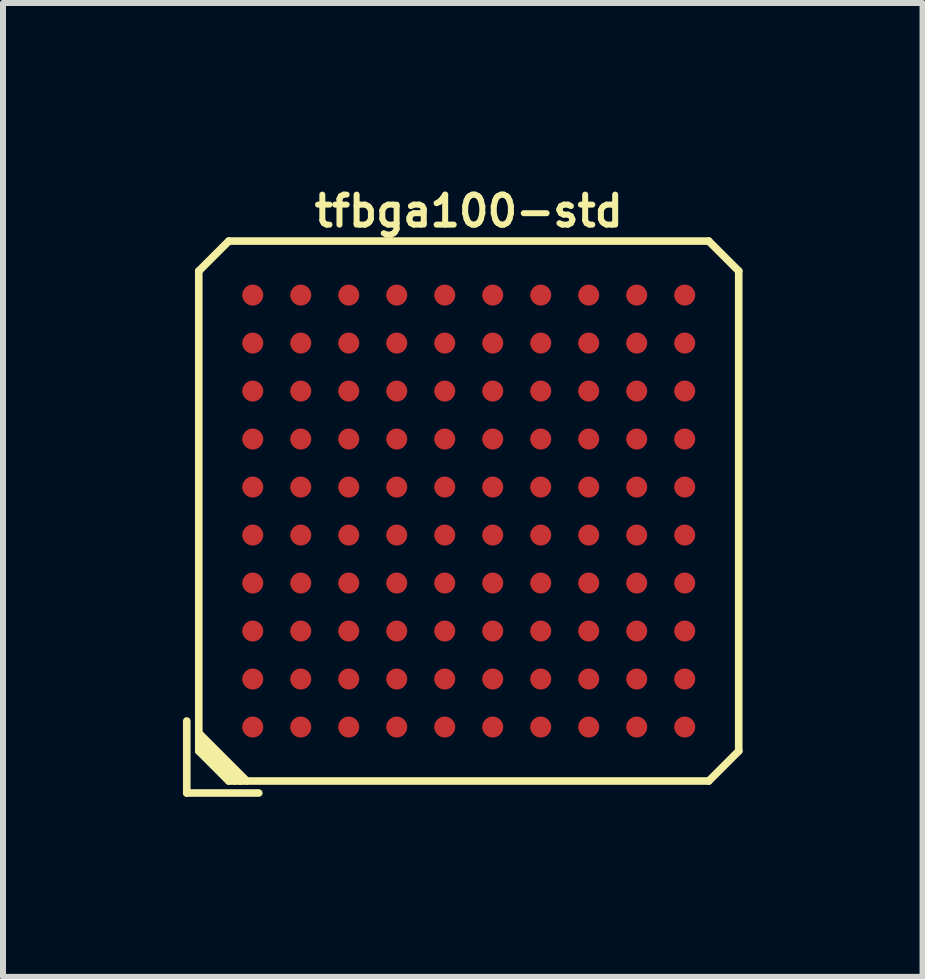
<source format=kicad_pcb>
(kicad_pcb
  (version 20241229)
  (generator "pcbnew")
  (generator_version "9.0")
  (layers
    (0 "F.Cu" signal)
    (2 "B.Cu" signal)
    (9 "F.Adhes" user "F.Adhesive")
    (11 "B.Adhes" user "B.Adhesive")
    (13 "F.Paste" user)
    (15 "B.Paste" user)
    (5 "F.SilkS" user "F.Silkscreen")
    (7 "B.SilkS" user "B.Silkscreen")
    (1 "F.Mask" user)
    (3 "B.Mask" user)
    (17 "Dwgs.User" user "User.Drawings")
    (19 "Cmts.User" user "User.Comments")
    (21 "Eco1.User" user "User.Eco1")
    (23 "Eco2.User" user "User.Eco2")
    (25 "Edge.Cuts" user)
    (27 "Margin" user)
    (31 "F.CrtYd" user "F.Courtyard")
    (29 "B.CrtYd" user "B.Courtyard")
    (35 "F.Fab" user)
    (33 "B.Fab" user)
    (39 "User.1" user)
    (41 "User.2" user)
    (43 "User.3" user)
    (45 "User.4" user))
  (footprint "tfbga100-std"
    (layer "F.Cu")
    (at 4.763 5.468)
    (property "Reference" "tfbga100-std" (at 0 -5 0) (layer "F.SilkS") (effects (font (size 0.5 0.5) (thickness 0.1))))
    (attr through_hole)
    (fp_line (start -4.7 3.5) (end -4.7 4.7) (stroke (width 0.127) (type solid)) (layer "F.SilkS"))
    (fp_line (start -4.7 4.7) (end -3.5 4.7) (stroke (width 0.127) (type solid)) (layer "F.SilkS"))
    (fp_line (start -4.5 -4) (end -4 -4.5) (stroke (width 0.127) (type solid)) (layer "F.SilkS"))
    (fp_line (start -4.5 3.7) (end -3.7 4.5) (stroke (width 0.127) (type solid)) (layer "F.SilkS"))
    (fp_line (start -4.5 3.9) (end -3.9 4.5) (stroke (width 0.127) (type solid)) (layer "F.SilkS"))
    (fp_line (start -4.5 4) (end -4.5 -4) (stroke (width 0.127) (type solid)) (layer "F.SilkS"))
    (fp_line (start -4 -4.5) (end 4 -4.5) (stroke (width 0.127) (type solid)) (layer "F.SilkS"))
    (fp_line (start -4 4.5) (end -4.5 4) (stroke (width 0.127) (type solid)) (layer "F.SilkS"))
    (fp_line (start -3.8 4.5) (end -4.5 3.8) (stroke (width 0.127) (type solid)) (layer "F.SilkS"))
    (fp_line (start 4 -4.5) (end 4.5 -4) (stroke (width 0.127) (type solid)) (layer "F.SilkS"))
    (fp_line (start 4 4.5) (end -4 4.5) (stroke (width 0.127) (type solid)) (layer "F.SilkS"))
    (fp_line (start 4.5 -4) (end 4.5 4) (stroke (width 0.127) (type solid)) (layer "F.SilkS"))
    (fp_line (start 4.5 4) (end 4 4.5) (stroke (width 0.127) (type solid)) (layer "F.SilkS"))
    (pad "A1" smd circle (at -3.6 3.6) (size 0.35 0.35) (layers "F.Cu" "F.Mask" "F.Paste"))
    (pad "A2" smd circle (at -3.6 2.8) (size 0.35 0.35) (layers "F.Cu" "F.Mask" "F.Paste"))
    (pad "A3" smd circle (at -3.6 2) (size 0.35 0.35) (layers "F.Cu" "F.Mask" "F.Paste"))
    (pad "A4" smd circle (at -3.6 1.2) (size 0.35 0.35) (layers "F.Cu" "F.Mask" "F.Paste"))
    (pad "A5" smd circle (at -3.6 0.4) (size 0.35 0.35) (layers "F.Cu" "F.Mask" "F.Paste"))
    (pad "A6" smd circle (at -3.6 -0.4) (size 0.35 0.35) (layers "F.Cu" "F.Mask" "F.Paste"))
    (pad "A7" smd circle (at -3.6 -1.2) (size 0.35 0.35) (layers "F.Cu" "F.Mask" "F.Paste"))
    (pad "A8" smd circle (at -3.6 -2) (size 0.35 0.35) (layers "F.Cu" "F.Mask" "F.Paste"))
    (pad "A9" smd circle (at -3.6 -2.8) (size 0.35 0.35) (layers "F.Cu" "F.Mask" "F.Paste"))
    (pad "A10" smd circle (at -3.6 -3.6) (size 0.35 0.35) (layers "F.Cu" "F.Mask" "F.Paste"))
    (pad "B1" smd circle (at -2.8 3.6) (size 0.35 0.35) (layers "F.Cu" "F.Mask" "F.Paste"))
    (pad "B2" smd circle (at -2.8 2.8) (size 0.35 0.35) (layers "F.Cu" "F.Mask" "F.Paste"))
    (pad "B3" smd circle (at -2.8 2) (size 0.35 0.35) (layers "F.Cu" "F.Mask" "F.Paste"))
    (pad "B4" smd circle (at -2.8 1.2) (size 0.35 0.35) (layers "F.Cu" "F.Mask" "F.Paste"))
    (pad "B5" smd circle (at -2.8 0.4) (size 0.35 0.35) (layers "F.Cu" "F.Mask" "F.Paste"))
    (pad "B6" smd circle (at -2.8 -0.4) (size 0.35 0.35) (layers "F.Cu" "F.Mask" "F.Paste"))
    (pad "B7" smd circle (at -2.8 -1.2) (size 0.35 0.35) (layers "F.Cu" "F.Mask" "F.Paste"))
    (pad "B8" smd circle (at -2.8 -2) (size 0.35 0.35) (layers "F.Cu" "F.Mask" "F.Paste"))
    (pad "B9" smd circle (at -2.8 -2.8) (size 0.35 0.35) (layers "F.Cu" "F.Mask" "F.Paste"))
    (pad "B10" smd circle (at -2.8 -3.6) (size 0.35 0.35) (layers "F.Cu" "F.Mask" "F.Paste"))
    (pad "C1" smd circle (at -2 3.6) (size 0.35 0.35) (layers "F.Cu" "F.Mask" "F.Paste"))
    (pad "C2" smd circle (at -2 2.8) (size 0.35 0.35) (layers "F.Cu" "F.Mask" "F.Paste"))
    (pad "C3" smd circle (at -2 2) (size 0.35 0.35) (layers "F.Cu" "F.Mask" "F.Paste"))
    (pad "C4" smd circle (at -2 1.2) (size 0.35 0.35) (layers "F.Cu" "F.Mask" "F.Paste"))
    (pad "C5" smd circle (at -2 0.4) (size 0.35 0.35) (layers "F.Cu" "F.Mask" "F.Paste"))
    (pad "C6" smd circle (at -2 -0.4) (size 0.35 0.35) (layers "F.Cu" "F.Mask" "F.Paste"))
    (pad "C7" smd circle (at -2 -1.2) (size 0.35 0.35) (layers "F.Cu" "F.Mask" "F.Paste"))
    (pad "C8" smd circle (at -2 -2) (size 0.35 0.35) (layers "F.Cu" "F.Mask" "F.Paste"))
    (pad "C9" smd circle (at -2 -2.8) (size 0.35 0.35) (layers "F.Cu" "F.Mask" "F.Paste"))
    (pad "C10" smd circle (at -2 -3.6) (size 0.35 0.35) (layers "F.Cu" "F.Mask" "F.Paste"))
    (pad "D1" smd circle (at -1.2 3.6) (size 0.35 0.35) (layers "F.Cu" "F.Mask" "F.Paste"))
    (pad "D2" smd circle (at -1.2 2.8) (size 0.35 0.35) (layers "F.Cu" "F.Mask" "F.Paste"))
    (pad "D3" smd circle (at -1.2 2) (size 0.35 0.35) (layers "F.Cu" "F.Mask" "F.Paste"))
    (pad "D4" smd circle (at -1.2 1.2) (size 0.35 0.35) (layers "F.Cu" "F.Mask" "F.Paste"))
    (pad "D5" smd circle (at -1.2 0.4) (size 0.35 0.35) (layers "F.Cu" "F.Mask" "F.Paste"))
    (pad "D6" smd circle (at -1.2 -0.4) (size 0.35 0.35) (layers "F.Cu" "F.Mask" "F.Paste"))
    (pad "D7" smd circle (at -1.2 -1.2) (size 0.35 0.35) (layers "F.Cu" "F.Mask" "F.Paste"))
    (pad "D8" smd circle (at -1.2 -2) (size 0.35 0.35) (layers "F.Cu" "F.Mask" "F.Paste"))
    (pad "D9" smd circle (at -1.2 -2.8) (size 0.35 0.35) (layers "F.Cu" "F.Mask" "F.Paste"))
    (pad "D10" smd circle (at -1.2 -3.6) (size 0.35 0.35) (layers "F.Cu" "F.Mask" "F.Paste"))
    (pad "E1" smd circle (at -0.4 3.6) (size 0.35 0.35) (layers "F.Cu" "F.Mask" "F.Paste"))
    (pad "E2" smd circle (at -0.4 2.8) (size 0.35 0.35) (layers "F.Cu" "F.Mask" "F.Paste"))
    (pad "E3" smd circle (at -0.4 2) (size 0.35 0.35) (layers "F.Cu" "F.Mask" "F.Paste"))
    (pad "E4" smd circle (at -0.4 1.2) (size 0.35 0.35) (layers "F.Cu" "F.Mask" "F.Paste"))
    (pad "E5" smd circle (at -0.4 0.4) (size 0.35 0.35) (layers "F.Cu" "F.Mask" "F.Paste"))
    (pad "E6" smd circle (at -0.4 -0.4) (size 0.35 0.35) (layers "F.Cu" "F.Mask" "F.Paste"))
    (pad "E7" smd circle (at -0.4 -1.2) (size 0.35 0.35) (layers "F.Cu" "F.Mask" "F.Paste"))
    (pad "E8" smd circle (at -0.4 -2) (size 0.35 0.35) (layers "F.Cu" "F.Mask" "F.Paste"))
    (pad "E9" smd circle (at -0.4 -2.8) (size 0.35 0.35) (layers "F.Cu" "F.Mask" "F.Paste"))
    (pad "E10" smd circle (at -0.4 -3.6) (size 0.35 0.35) (layers "F.Cu" "F.Mask" "F.Paste"))
    (pad "F1" smd circle (at 0.4 3.6) (size 0.35 0.35) (layers "F.Cu" "F.Mask" "F.Paste"))
    (pad "F2" smd circle (at 0.4 2.8) (size 0.35 0.35) (layers "F.Cu" "F.Mask" "F.Paste"))
    (pad "F3" smd circle (at 0.4 2) (size 0.35 0.35) (layers "F.Cu" "F.Mask" "F.Paste"))
    (pad "F4" smd circle (at 0.4 1.2) (size 0.35 0.35) (layers "F.Cu" "F.Mask" "F.Paste"))
    (pad "F5" smd circle (at 0.4 0.4) (size 0.35 0.35) (layers "F.Cu" "F.Mask" "F.Paste"))
    (pad "F6" smd circle (at 0.4 -0.4) (size 0.35 0.35) (layers "F.Cu" "F.Mask" "F.Paste"))
    (pad "F7" smd circle (at 0.4 -1.2) (size 0.35 0.35) (layers "F.Cu" "F.Mask" "F.Paste"))
    (pad "F8" smd circle (at 0.4 -2) (size 0.35 0.35) (layers "F.Cu" "F.Mask" "F.Paste"))
    (pad "F9" smd circle (at 0.4 -2.8) (size 0.35 0.35) (layers "F.Cu" "F.Mask" "F.Paste"))
    (pad "F10" smd circle (at 0.4 -3.6) (size 0.35 0.35) (layers "F.Cu" "F.Mask" "F.Paste"))
    (pad "G1" smd circle (at 1.2 3.6) (size 0.35 0.35) (layers "F.Cu" "F.Mask" "F.Paste"))
    (pad "G2" smd circle (at 1.2 2.8) (size 0.35 0.35) (layers "F.Cu" "F.Mask" "F.Paste"))
    (pad "G3" smd circle (at 1.2 2) (size 0.35 0.35) (layers "F.Cu" "F.Mask" "F.Paste"))
    (pad "G4" smd circle (at 1.2 1.2) (size 0.35 0.35) (layers "F.Cu" "F.Mask" "F.Paste"))
    (pad "G5" smd circle (at 1.2 0.4) (size 0.35 0.35) (layers "F.Cu" "F.Mask" "F.Paste"))
    (pad "G6" smd circle (at 1.2 -0.4) (size 0.35 0.35) (layers "F.Cu" "F.Mask" "F.Paste"))
    (pad "G7" smd circle (at 1.2 -1.2) (size 0.35 0.35) (layers "F.Cu" "F.Mask" "F.Paste"))
    (pad "G8" smd circle (at 1.2 -2) (size 0.35 0.35) (layers "F.Cu" "F.Mask" "F.Paste"))
    (pad "G9" smd circle (at 1.2 -2.8) (size 0.35 0.35) (layers "F.Cu" "F.Mask" "F.Paste"))
    (pad "G10" smd circle (at 1.2 -3.6) (size 0.35 0.35) (layers "F.Cu" "F.Mask" "F.Paste"))
    (pad "H1" smd circle (at 2 3.6) (size 0.35 0.35) (layers "F.Cu" "F.Mask" "F.Paste"))
    (pad "H2" smd circle (at 2 2.8) (size 0.35 0.35) (layers "F.Cu" "F.Mask" "F.Paste"))
    (pad "H3" smd circle (at 2 2) (size 0.35 0.35) (layers "F.Cu" "F.Mask" "F.Paste"))
    (pad "H4" smd circle (at 2 1.2) (size 0.35 0.35) (layers "F.Cu" "F.Mask" "F.Paste"))
    (pad "H5" smd circle (at 2 0.4) (size 0.35 0.35) (layers "F.Cu" "F.Mask" "F.Paste"))
    (pad "H6" smd circle (at 2 -0.4) (size 0.35 0.35) (layers "F.Cu" "F.Mask" "F.Paste"))
    (pad "H7" smd circle (at 2 -1.2) (size 0.35 0.35) (layers "F.Cu" "F.Mask" "F.Paste"))
    (pad "H8" smd circle (at 2 -2) (size 0.35 0.35) (layers "F.Cu" "F.Mask" "F.Paste"))
    (pad "H9" smd circle (at 2 -2.8) (size 0.35 0.35) (layers "F.Cu" "F.Mask" "F.Paste"))
    (pad "H10" smd circle (at 2 -3.6) (size 0.35 0.35) (layers "F.Cu" "F.Mask" "F.Paste"))
    (pad "J1" smd circle (at 2.8 3.6) (size 0.35 0.35) (layers "F.Cu" "F.Mask" "F.Paste"))
    (pad "J2" smd circle (at 2.8 2.8) (size 0.35 0.35) (layers "F.Cu" "F.Mask" "F.Paste"))
    (pad "J3" smd circle (at 2.8 2) (size 0.35 0.35) (layers "F.Cu" "F.Mask" "F.Paste"))
    (pad "J4" smd circle (at 2.8 1.2) (size 0.35 0.35) (layers "F.Cu" "F.Mask" "F.Paste"))
    (pad "J5" smd circle (at 2.8 0.4) (size 0.35 0.35) (layers "F.Cu" "F.Mask" "F.Paste"))
    (pad "J6" smd circle (at 2.8 -0.4) (size 0.35 0.35) (layers "F.Cu" "F.Mask" "F.Paste"))
    (pad "J7" smd circle (at 2.8 -1.2) (size 0.35 0.35) (layers "F.Cu" "F.Mask" "F.Paste"))
    (pad "J8" smd circle (at 2.8 -2) (size 0.35 0.35) (layers "F.Cu" "F.Mask" "F.Paste"))
    (pad "J9" smd circle (at 2.8 -2.8) (size 0.35 0.35) (layers "F.Cu" "F.Mask" "F.Paste"))
    (pad "J10" smd circle (at 2.8 -3.6) (size 0.35 0.35) (layers "F.Cu" "F.Mask" "F.Paste"))
    (pad "K1" smd circle (at 3.6 3.6) (size 0.35 0.35) (layers "F.Cu" "F.Mask" "F.Paste"))
    (pad "K2" smd circle (at 3.6 2.8) (size 0.35 0.35) (layers "F.Cu" "F.Mask" "F.Paste"))
    (pad "K3" smd circle (at 3.6 2) (size 0.35 0.35) (layers "F.Cu" "F.Mask" "F.Paste"))
    (pad "K4" smd circle (at 3.6 1.2) (size 0.35 0.35) (layers "F.Cu" "F.Mask" "F.Paste"))
    (pad "K5" smd circle (at 3.6 0.4) (size 0.35 0.35) (layers "F.Cu" "F.Mask" "F.Paste"))
    (pad "K6" smd circle (at 3.6 -0.4) (size 0.35 0.35) (layers "F.Cu" "F.Mask" "F.Paste"))
    (pad "K7" smd circle (at 3.6 -1.2) (size 0.35 0.35) (layers "F.Cu" "F.Mask" "F.Paste"))
    (pad "K8" smd circle (at 3.6 -2) (size 0.35 0.35) (layers "F.Cu" "F.Mask" "F.Paste"))
    (pad "K9" smd circle (at 3.6 -2.8) (size 0.35 0.35) (layers "F.Cu" "F.Mask" "F.Paste"))
    (pad "K10" smd circle (at 3.6 -3.6) (size 0.35 0.35) (layers "F.Cu" "F.Mask" "F.Paste")))
  (gr_rect
    (start -3 -3)
    (end 12.327 13.232)
    (stroke (width 0.1) (type default))
    (fill no)
    (layer "Edge.Cuts")))
</source>
